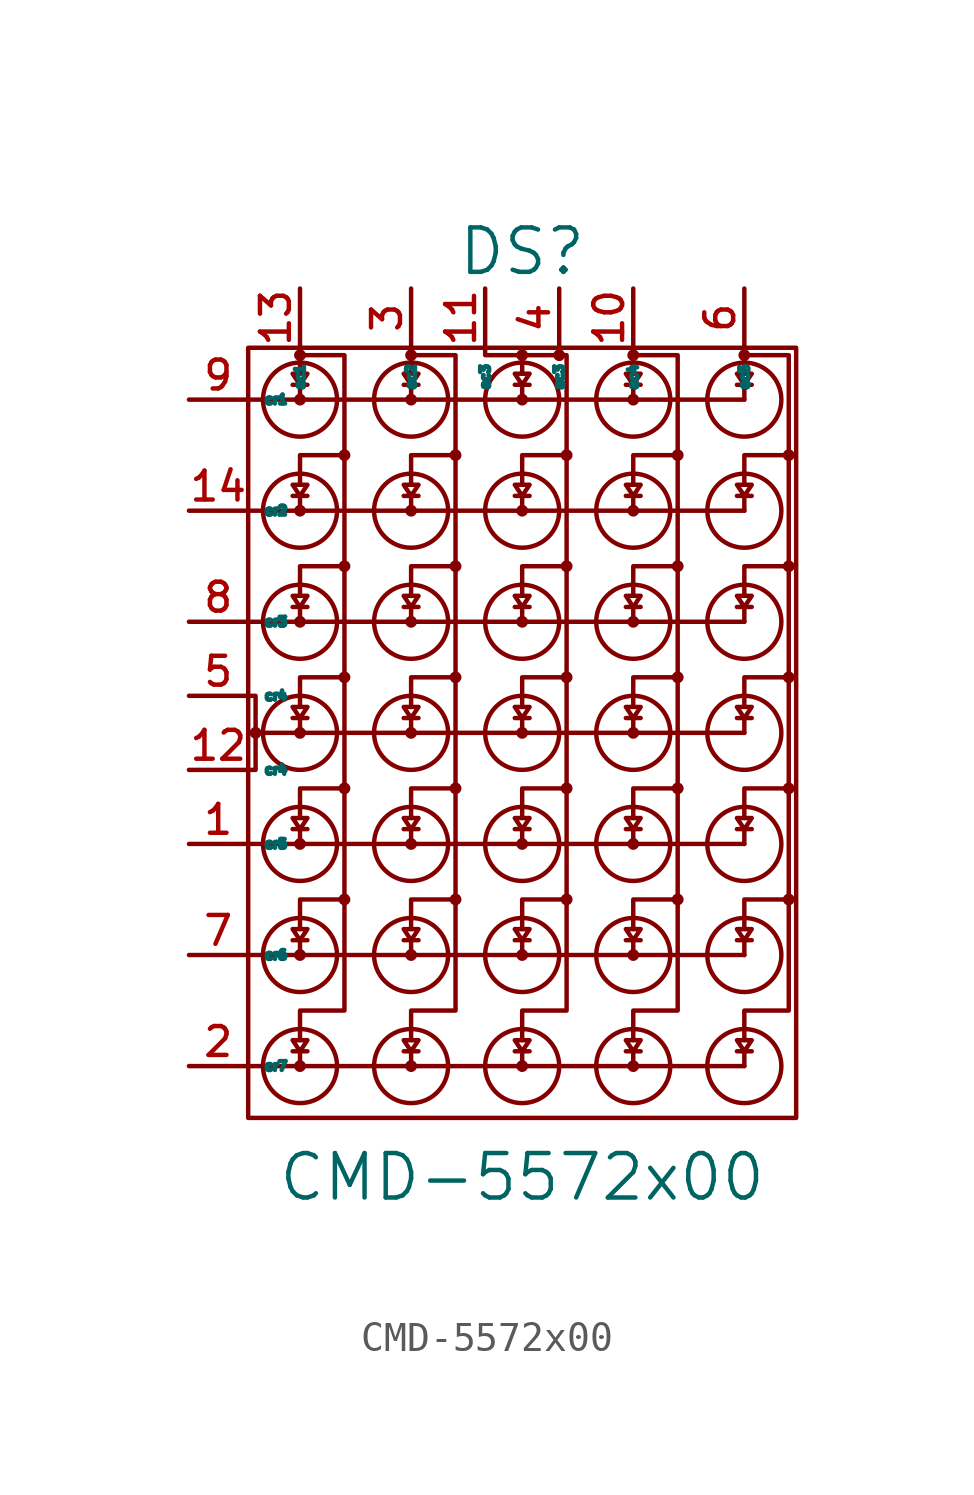
<source format=kicad_sym>
(kicad_symbol_lib
  (version 20220914)
  (generator kicad_symbol_editor)
  (symbol "CMD-5572x00"
    (property "Reference" "DS"
      (at 0 16.51 0)
      (effects (font (size 1.524 1.524))))
    (property "Value" "CMD-5572x00"
      (at 0 -15.24 0)
      (effects (font (size 1.524 1.524))))
    (property "Footprint" ""
      (at 0 0 0)
      (effects (font (size 1.524 1.524))))
    (property "Datasheet" ""
      (at 0 0 0)
      (effects (font (size 1.524 1.524))))
    (symbol "CMD-5572x00_0_1"
      (rectangle (start -9.398 -13.208) (end 9.398 13.208) (stroke (width 0) (type solid)) (fill (type none)))
      (circle (center -9.144 0) (radius 0.127) (stroke (width 0) (type solid)) (fill (type none)))
      (circle (center -7.62 -11.43) (radius 0.127) (stroke (width 0) (type solid)) (fill (type none)))
      (circle (center -7.62 -11.43) (radius 1.27) (stroke (width 0) (type solid)) (fill (type none)))
      (circle (center -7.62 -7.62) (radius 0.127) (stroke (width 0) (type solid)) (fill (type none)))
      (circle (center -7.62 -7.62) (radius 1.27) (stroke (width 0) (type solid)) (fill (type none)))
      (circle (center -7.62 -3.81) (radius 0.127) (stroke (width 0) (type solid)) (fill (type none)))
      (circle (center -7.62 -3.81) (radius 1.27) (stroke (width 0) (type solid)) (fill (type none)))
      (circle (center -7.62 0) (radius 0.127) (stroke (width 0) (type solid)) (fill (type none)))
      (circle (center -7.62 0) (radius 1.27) (stroke (width 0) (type solid)) (fill (type none)))
      (circle (center -7.62 3.81) (radius 0.127) (stroke (width 0) (type solid)) (fill (type none)))
      (circle (center -7.62 3.81) (radius 1.27) (stroke (width 0) (type solid)) (fill (type none)))
      (circle (center -7.62 7.62) (radius 0.127) (stroke (width 0) (type solid)) (fill (type none)))
      (circle (center -7.62 7.62) (radius 1.27) (stroke (width 0) (type solid)) (fill (type none)))
      (circle (center -7.62 11.43) (radius 0.127) (stroke (width 0) (type solid)) (fill (type none)))
      (circle (center -7.62 11.43) (radius 1.27) (stroke (width 0) (type solid)) (fill (type none)))
      (circle (center -7.62 12.954) (radius 0.127) (stroke (width 0) (type solid)) (fill (type none)))
      (circle (center -6.096 -5.715) (radius 0.127) (stroke (width 0) (type solid)) (fill (type none)))
      (circle (center -6.096 -1.905) (radius 0.127) (stroke (width 0) (type solid)) (fill (type none)))
      (circle (center -6.096 1.905) (radius 0.127) (stroke (width 0) (type solid)) (fill (type none)))
      (circle (center -6.096 5.715) (radius 0.127) (stroke (width 0) (type solid)) (fill (type none)))
      (circle (center -6.096 9.525) (radius 0.127) (stroke (width 0) (type solid)) (fill (type none)))
      (circle (center -3.81 -11.43) (radius 0.127) (stroke (width 0) (type solid)) (fill (type none)))
      (circle (center -3.81 -11.43) (radius 1.27) (stroke (width 0) (type solid)) (fill (type none)))
      (circle (center -3.81 -7.62) (radius 0.127) (stroke (width 0) (type solid)) (fill (type none)))
      (circle (center -3.81 -7.62) (radius 1.27) (stroke (width 0) (type solid)) (fill (type none)))
      (circle (center -3.81 -3.81) (radius 0.127) (stroke (width 0) (type solid)) (fill (type none)))
      (circle (center -3.81 -3.81) (radius 1.27) (stroke (width 0) (type solid)) (fill (type none)))
      (circle (center -3.81 0) (radius 0.127) (stroke (width 0) (type solid)) (fill (type none)))
      (circle (center -3.81 0) (radius 1.27) (stroke (width 0) (type solid)) (fill (type none)))
      (circle (center -3.81 3.81) (radius 0.127) (stroke (width 0) (type solid)) (fill (type none)))
      (circle (center -3.81 3.81) (radius 1.27) (stroke (width 0) (type solid)) (fill (type none)))
      (circle (center -3.81 7.62) (radius 0.127) (stroke (width 0) (type solid)) (fill (type none)))
      (circle (center -3.81 7.62) (radius 1.27) (stroke (width 0) (type solid)) (fill (type none)))
      (circle (center -3.81 11.43) (radius 0.127) (stroke (width 0) (type solid)) (fill (type none)))
      (circle (center -3.81 11.43) (radius 1.27) (stroke (width 0) (type solid)) (fill (type none)))
      (circle (center -3.81 12.954) (radius 0.127) (stroke (width 0) (type solid)) (fill (type none)))
      (circle (center -2.286 -5.715) (radius 0.127) (stroke (width 0) (type solid)) (fill (type none)))
      (circle (center -2.286 -1.905) (radius 0.127) (stroke (width 0) (type solid)) (fill (type none)))
      (circle (center -2.286 1.905) (radius 0.127) (stroke (width 0) (type solid)) (fill (type none)))
      (circle (center -2.286 5.715) (radius 0.127) (stroke (width 0) (type solid)) (fill (type none)))
      (circle (center -2.286 9.525) (radius 0.127) (stroke (width 0) (type solid)) (fill (type none)))
      (circle (center 0 -11.43) (radius 0.127) (stroke (width 0) (type solid)) (fill (type none)))
      (circle (center 0 -11.43) (radius 1.27) (stroke (width 0) (type solid)) (fill (type none)))
      (circle (center 0 -7.62) (radius 0.127) (stroke (width 0) (type solid)) (fill (type none)))
      (circle (center 0 -7.62) (radius 1.27) (stroke (width 0) (type solid)) (fill (type none)))
      (circle (center 0 -3.81) (radius 0.127) (stroke (width 0) (type solid)) (fill (type none)))
      (circle (center 0 -3.81) (radius 1.27) (stroke (width 0) (type solid)) (fill (type none)))
      (polyline (pts (xy -9.398 -11.43) (xy 7.62 -11.43)) (stroke (width 0) (type solid)) (fill (type none)))
      (polyline (pts (xy -9.398 -7.62) (xy 7.62 -7.62)) (stroke (width 0) (type solid)) (fill (type none)))
      (polyline (pts (xy -9.398 -3.81) (xy 7.62 -3.81)) (stroke (width 0) (type solid)) (fill (type none)))
      (polyline (pts (xy -9.398 3.81) (xy 7.62 3.81)) (stroke (width 0) (type solid)) (fill (type none)))
      (polyline (pts (xy -9.398 7.62) (xy 7.62 7.62)) (stroke (width 0) (type solid)) (fill (type none)))
      (polyline (pts (xy -9.398 11.43) (xy 7.62 11.43)) (stroke (width 0) (type solid)) (fill (type none)))
      (polyline (pts (xy -7.62 -10.922) (xy -7.62 -11.43)) (stroke (width 0) (type solid)) (fill (type none)))
      (polyline (pts (xy -7.62 -7.112) (xy -7.62 -7.62)) (stroke (width 0) (type solid)) (fill (type none)))
      (polyline (pts (xy -7.62 -3.302) (xy -7.62 -3.81)) (stroke (width 0) (type solid)) (fill (type none)))
      (polyline (pts (xy -7.62 0.508) (xy -7.62 0)) (stroke (width 0) (type solid)) (fill (type none)))
      (polyline (pts (xy -7.62 4.318) (xy -7.62 3.81)) (stroke (width 0) (type solid)) (fill (type none)))
      (polyline (pts (xy -7.62 8.128) (xy -7.62 7.62)) (stroke (width 0) (type solid)) (fill (type none)))
      (polyline (pts (xy -7.62 11.938) (xy -7.62 11.43)) (stroke (width 0) (type solid)) (fill (type none)))
      (polyline (pts (xy -7.62 12.954) (xy -7.62 12.319)) (stroke (width 0) (type solid)) (fill (type none)))
      (polyline (pts (xy -3.81 -10.922) (xy -3.81 -11.43)) (stroke (width 0) (type solid)) (fill (type none)))
      (polyline (pts (xy -3.81 -7.112) (xy -3.81 -7.62)) (stroke (width 0) (type solid)) (fill (type none)))
      (polyline (pts (xy -3.81 -3.302) (xy -3.81 -3.81)) (stroke (width 0) (type solid)) (fill (type none)))
      (polyline (pts (xy -3.81 0.508) (xy -3.81 0)) (stroke (width 0) (type solid)) (fill (type none)))
      (polyline (pts (xy -3.81 4.318) (xy -3.81 3.81)) (stroke (width 0) (type solid)) (fill (type none)))
      (polyline (pts (xy -3.81 8.128) (xy -3.81 7.62)) (stroke (width 0) (type solid)) (fill (type none)))
      (polyline (pts (xy -3.81 11.938) (xy -3.81 11.43)) (stroke (width 0) (type solid)) (fill (type none)))
      (polyline (pts (xy -3.81 12.954) (xy -3.81 12.319)) (stroke (width 0) (type solid)) (fill (type none)))
      (polyline (pts (xy 0 -10.922) (xy 0 -11.43)) (stroke (width 0) (type solid)) (fill (type none)))
      (polyline (pts (xy 0 -7.112) (xy 0 -7.62)) (stroke (width 0) (type solid)) (fill (type none)))
      (polyline (pts (xy 0 -3.302) (xy 0 -3.81)) (stroke (width 0) (type solid)) (fill (type none)))
      (polyline (pts (xy 0 0.508) (xy 0 0)) (stroke (width 0) (type solid)) (fill (type none)))
      (polyline (pts (xy 0 4.318) (xy 0 3.81)) (stroke (width 0) (type solid)) (fill (type none)))
      (polyline (pts (xy 0 8.128) (xy 0 7.62)) (stroke (width 0) (type solid)) (fill (type none)))
      (polyline (pts (xy 0 11.938) (xy 0 11.43)) (stroke (width 0) (type solid)) (fill (type none)))
      (polyline (pts (xy 0 12.954) (xy 0 12.319)) (stroke (width 0) (type solid)) (fill (type none)))
      (polyline (pts (xy 1.27 13.208) (xy 1.27 12.954)) (stroke (width 0) (type solid)) (fill (type none)))
      (polyline (pts (xy 3.81 -10.922) (xy 3.81 -11.43)) (stroke (width 0) (type solid)) (fill (type none)))
      (polyline (pts (xy 3.81 -7.112) (xy 3.81 -7.62)) (stroke (width 0) (type solid)) (fill (type none)))
      (polyline (pts (xy 3.81 -3.302) (xy 3.81 -3.81)) (stroke (width 0) (type solid)) (fill (type none)))
      (polyline (pts (xy 3.81 0.508) (xy 3.81 0)) (stroke (width 0) (type solid)) (fill (type none)))
      (polyline (pts (xy 3.81 4.318) (xy 3.81 3.81)) (stroke (width 0) (type solid)) (fill (type none)))
      (polyline (pts (xy 3.81 8.128) (xy 3.81 7.62)) (stroke (width 0) (type solid)) (fill (type none)))
      (polyline (pts (xy 3.81 11.938) (xy 3.81 11.43)) (stroke (width 0) (type solid)) (fill (type none)))
      (polyline (pts (xy 3.81 12.954) (xy 3.81 12.319)) (stroke (width 0) (type solid)) (fill (type none)))
      (polyline (pts (xy 7.62 -10.922) (xy 7.62 -11.43)) (stroke (width 0) (type solid)) (fill (type none)))
      (polyline (pts (xy 7.62 -7.112) (xy 7.62 -7.62)) (stroke (width 0) (type solid)) (fill (type none)))
      (polyline (pts (xy 7.62 -3.302) (xy 7.62 -3.81)) (stroke (width 0) (type solid)) (fill (type none)))
      (polyline (pts (xy 7.62 0.508) (xy 7.62 0)) (stroke (width 0) (type solid)) (fill (type none)))
      (polyline (pts (xy 7.62 4.318) (xy 7.62 3.81)) (stroke (width 0) (type solid)) (fill (type none)))
      (polyline (pts (xy 7.62 8.128) (xy 7.62 7.62)) (stroke (width 0) (type solid)) (fill (type none)))
      (polyline (pts (xy 7.62 11.938) (xy 7.62 11.43)) (stroke (width 0) (type solid)) (fill (type none)))
      (polyline (pts (xy 7.62 12.954) (xy 7.62 12.319)) (stroke (width 0) (type solid)) (fill (type none)))
      (polyline (pts (xy -9.144 0) (xy -9.144 -1.27) (xy -9.398 -1.27)) (stroke (width 0) (type solid)) (fill (type none)))
      (polyline (pts (xy -7.62 -6.731) (xy -7.62 -5.715) (xy -6.096 -5.715)) (stroke (width 0) (type solid)) (fill (type none)))
      (polyline (pts (xy -7.62 -2.921) (xy -7.62 -1.905) (xy -6.096 -1.905)) (stroke (width 0) (type solid)) (fill (type none)))
      (polyline (pts (xy -7.62 0.889) (xy -7.62 1.905) (xy -6.096 1.905)) (stroke (width 0) (type solid)) (fill (type none)))
      (polyline (pts (xy -7.62 4.699) (xy -7.62 5.715) (xy -6.096 5.715)) (stroke (width 0) (type solid)) (fill (type none)))
      (polyline (pts (xy -7.62 8.509) (xy -7.62 9.525) (xy -6.096 9.525)) (stroke (width 0) (type solid)) (fill (type none)))
      (polyline (pts (xy -3.81 -6.731) (xy -3.81 -5.715) (xy -2.286 -5.715)) (stroke (width 0) (type solid)) (fill (type none)))
      (polyline (pts (xy -3.81 -2.921) (xy -3.81 -1.905) (xy -2.286 -1.905)) (stroke (width 0) (type solid)) (fill (type none)))
      (polyline (pts (xy -3.81 0.889) (xy -3.81 1.905) (xy -2.286 1.905)) (stroke (width 0) (type solid)) (fill (type none)))
      (polyline (pts (xy -3.81 4.699) (xy -3.81 5.715) (xy -2.286 5.715)) (stroke (width 0) (type solid)) (fill (type none)))
      (polyline (pts (xy -3.81 8.509) (xy -3.81 9.525) (xy -2.286 9.525)) (stroke (width 0) (type solid)) (fill (type none)))
      (polyline (pts (xy 0 -6.731) (xy 0 -5.715) (xy 1.524 -5.715)) (stroke (width 0) (type solid)) (fill (type none)))
      (polyline (pts (xy 0 -2.921) (xy 0 -1.905) (xy 1.524 -1.905)) (stroke (width 0) (type solid)) (fill (type none)))
      (polyline (pts (xy 0 0.889) (xy 0 1.905) (xy 1.524 1.905)) (stroke (width 0) (type solid)) (fill (type none)))
      (polyline (pts (xy 0 4.699) (xy 0 5.715) (xy 1.524 5.715)) (stroke (width 0) (type solid)) (fill (type none)))
      (polyline (pts (xy 0 8.509) (xy 0 9.525) (xy 1.524 9.525)) (stroke (width 0) (type solid)) (fill (type none)))
      (polyline (pts (xy 1.27 12.954) (xy -1.27 12.954) (xy -1.27 13.208)) (stroke (width 0) (type solid)) (fill (type none)))
      (polyline (pts (xy 3.81 -6.731) (xy 3.81 -5.715) (xy 5.334 -5.715)) (stroke (width 0) (type solid)) (fill (type none)))
      (polyline (pts (xy 3.81 -2.921) (xy 3.81 -1.905) (xy 5.334 -1.905)) (stroke (width 0) (type solid)) (fill (type none)))
      (polyline (pts (xy 3.81 0.889) (xy 3.81 1.905) (xy 5.334 1.905)) (stroke (width 0) (type solid)) (fill (type none)))
      (polyline (pts (xy 3.81 4.699) (xy 3.81 5.715) (xy 5.334 5.715)) (stroke (width 0) (type solid)) (fill (type none)))
      (polyline (pts (xy 3.81 8.509) (xy 3.81 9.525) (xy 5.334 9.525)) (stroke (width 0) (type solid)) (fill (type none)))
      (polyline (pts (xy 7.62 -6.731) (xy 7.62 -5.715) (xy 9.144 -5.715)) (stroke (width 0) (type solid)) (fill (type none)))
      (polyline (pts (xy 7.62 -2.921) (xy 7.62 -1.905) (xy 9.144 -1.905)) (stroke (width 0) (type solid)) (fill (type none)))
      (polyline (pts (xy 7.62 0.889) (xy 7.62 1.905) (xy 9.144 1.905)) (stroke (width 0) (type solid)) (fill (type none)))
      (polyline (pts (xy 7.62 4.699) (xy 7.62 5.715) (xy 9.144 5.715)) (stroke (width 0) (type solid)) (fill (type none)))
      (polyline (pts (xy 7.62 8.509) (xy 7.62 9.525) (xy 9.144 9.525)) (stroke (width 0) (type solid)) (fill (type none)))
      (polyline (pts (xy 7.62 0) (xy -9.144 0) (xy -9.144 1.27) (xy -9.398 1.27)) (stroke (width 0) (type solid)) (fill (type none)))
      (polyline (pts (xy 1.27 12.954) (xy 1.524 12.954) (xy 1.524 -9.525) (xy 0 -9.525) (xy 0 -10.541)) (stroke (width 0) (type solid)) (fill (type none)))
      (polyline (pts (xy -7.874 -10.922) (xy -7.366 -10.922) (xy -7.62 -10.922) (xy -7.874 -10.541) (xy -7.366 -10.541) (xy -7.62 -10.922)) (stroke (width 0) (type solid)) (fill (type none)))
      (polyline (pts (xy -7.874 -7.112) (xy -7.366 -7.112) (xy -7.62 -7.112) (xy -7.874 -6.731) (xy -7.366 -6.731) (xy -7.62 -7.112)) (stroke (width 0) (type solid)) (fill (type none)))
      (polyline (pts (xy -7.874 -3.302) (xy -7.366 -3.302) (xy -7.62 -3.302) (xy -7.874 -2.921) (xy -7.366 -2.921) (xy -7.62 -3.302)) (stroke (width 0) (type solid)) (fill (type none)))
      (polyline (pts (xy -7.874 0.508) (xy -7.366 0.508) (xy -7.62 0.508) (xy -7.874 0.889) (xy -7.366 0.889) (xy -7.62 0.508)) (stroke (width 0) (type solid)) (fill (type none)))
      (polyline (pts (xy -7.874 4.318) (xy -7.366 4.318) (xy -7.62 4.318) (xy -7.874 4.699) (xy -7.366 4.699) (xy -7.62 4.318)) (stroke (width 0) (type solid)) (fill (type none)))
      (polyline (pts (xy -7.874 8.128) (xy -7.366 8.128) (xy -7.62 8.128) (xy -7.874 8.509) (xy -7.366 8.509) (xy -7.62 8.128)) (stroke (width 0) (type solid)) (fill (type none)))
      (polyline (pts (xy -7.874 11.938) (xy -7.366 11.938) (xy -7.62 11.938) (xy -7.874 12.319) (xy -7.366 12.319) (xy -7.62 11.938)) (stroke (width 0) (type solid)) (fill (type none)))
      (polyline (pts (xy -7.62 -10.541) (xy -7.62 -9.525) (xy -6.096 -9.525) (xy -6.096 12.954) (xy -7.62 12.954) (xy -7.62 13.208)) (stroke (width 0) (type solid)) (fill (type none)))
      (polyline (pts (xy -4.064 -10.922) (xy -3.556 -10.922) (xy -3.81 -10.922) (xy -4.064 -10.541) (xy -3.556 -10.541) (xy -3.81 -10.922)) (stroke (width 0) (type solid)) (fill (type none)))
      (polyline (pts (xy -4.064 -7.112) (xy -3.556 -7.112) (xy -3.81 -7.112) (xy -4.064 -6.731) (xy -3.556 -6.731) (xy -3.81 -7.112)) (stroke (width 0) (type solid)) (fill (type none)))
      (polyline (pts (xy -4.064 -3.302) (xy -3.556 -3.302) (xy -3.81 -3.302) (xy -4.064 -2.921) (xy -3.556 -2.921) (xy -3.81 -3.302)) (stroke (width 0) (type solid)) (fill (type none)))
      (polyline (pts (xy -4.064 0.508) (xy -3.556 0.508) (xy -3.81 0.508) (xy -4.064 0.889) (xy -3.556 0.889) (xy -3.81 0.508)) (stroke (width 0) (type solid)) (fill (type none)))
      (polyline (pts (xy -4.064 4.318) (xy -3.556 4.318) (xy -3.81 4.318) (xy -4.064 4.699) (xy -3.556 4.699) (xy -3.81 4.318)) (stroke (width 0) (type solid)) (fill (type none)))
      (polyline (pts (xy -4.064 8.128) (xy -3.556 8.128) (xy -3.81 8.128) (xy -4.064 8.509) (xy -3.556 8.509) (xy -3.81 8.128)) (stroke (width 0) (type solid)) (fill (type none)))
      (polyline (pts (xy -4.064 11.938) (xy -3.556 11.938) (xy -3.81 11.938) (xy -4.064 12.319) (xy -3.556 12.319) (xy -3.81 11.938)) (stroke (width 0) (type solid)) (fill (type none)))
      (polyline (pts (xy -3.81 -10.541) (xy -3.81 -9.525) (xy -2.286 -9.525) (xy -2.286 12.954) (xy -3.81 12.954) (xy -3.81 13.208)) (stroke (width 0) (type solid)) (fill (type none)))
      (polyline (pts (xy -0.254 -10.922) (xy 0.254 -10.922) (xy 0 -10.922) (xy -0.254 -10.541) (xy 0.254 -10.541) (xy 0 -10.922)) (stroke (width 0) (type solid)) (fill (type none)))
      (polyline (pts (xy -0.254 -7.112) (xy 0.254 -7.112) (xy 0 -7.112) (xy -0.254 -6.731) (xy 0.254 -6.731) (xy 0 -7.112)) (stroke (width 0) (type solid)) (fill (type none)))
      (polyline (pts (xy -0.254 -3.302) (xy 0.254 -3.302) (xy 0 -3.302) (xy -0.254 -2.921) (xy 0.254 -2.921) (xy 0 -3.302)) (stroke (width 0) (type solid)) (fill (type none)))
      (polyline (pts (xy -0.254 0.508) (xy 0.254 0.508) (xy 0 0.508) (xy -0.254 0.889) (xy 0.254 0.889) (xy 0 0.508)) (stroke (width 0) (type solid)) (fill (type none)))
      (polyline (pts (xy -0.254 4.318) (xy 0.254 4.318) (xy 0 4.318) (xy -0.254 4.699) (xy 0.254 4.699) (xy 0 4.318)) (stroke (width 0) (type solid)) (fill (type none)))
      (polyline (pts (xy -0.254 8.128) (xy 0.254 8.128) (xy 0 8.128) (xy -0.254 8.509) (xy 0.254 8.509) (xy 0 8.128)) (stroke (width 0) (type solid)) (fill (type none)))
      (polyline (pts (xy -0.254 11.938) (xy 0.254 11.938) (xy 0 11.938) (xy -0.254 12.319) (xy 0.254 12.319) (xy 0 11.938)) (stroke (width 0) (type solid)) (fill (type none)))
      (polyline (pts (xy 3.556 -10.922) (xy 4.064 -10.922) (xy 3.81 -10.922) (xy 3.556 -10.541) (xy 4.064 -10.541) (xy 3.81 -10.922)) (stroke (width 0) (type solid)) (fill (type none)))
      (polyline (pts (xy 3.556 -7.112) (xy 4.064 -7.112) (xy 3.81 -7.112) (xy 3.556 -6.731) (xy 4.064 -6.731) (xy 3.81 -7.112)) (stroke (width 0) (type solid)) (fill (type none)))
      (polyline (pts (xy 3.556 -3.302) (xy 4.064 -3.302) (xy 3.81 -3.302) (xy 3.556 -2.921) (xy 4.064 -2.921) (xy 3.81 -3.302)) (stroke (width 0) (type solid)) (fill (type none)))
      (polyline (pts (xy 3.556 0.508) (xy 4.064 0.508) (xy 3.81 0.508) (xy 3.556 0.889) (xy 4.064 0.889) (xy 3.81 0.508)) (stroke (width 0) (type solid)) (fill (type none)))
      (polyline (pts (xy 3.556 4.318) (xy 4.064 4.318) (xy 3.81 4.318) (xy 3.556 4.699) (xy 4.064 4.699) (xy 3.81 4.318)) (stroke (width 0) (type solid)) (fill (type none)))
      (polyline (pts (xy 3.556 8.128) (xy 4.064 8.128) (xy 3.81 8.128) (xy 3.556 8.509) (xy 4.064 8.509) (xy 3.81 8.128)) (stroke (width 0) (type solid)) (fill (type none)))
      (polyline (pts (xy 3.556 11.938) (xy 4.064 11.938) (xy 3.81 11.938) (xy 3.556 12.319) (xy 4.064 12.319) (xy 3.81 11.938)) (stroke (width 0) (type solid)) (fill (type none)))
      (polyline (pts (xy 3.81 -10.541) (xy 3.81 -9.525) (xy 5.334 -9.525) (xy 5.334 12.954) (xy 3.81 12.954) (xy 3.81 13.208)) (stroke (width 0) (type solid)) (fill (type none)))
      (polyline (pts (xy 7.366 -10.922) (xy 7.874 -10.922) (xy 7.62 -10.922) (xy 7.366 -10.541) (xy 7.874 -10.541) (xy 7.62 -10.922)) (stroke (width 0) (type solid)) (fill (type none)))
      (polyline (pts (xy 7.366 -7.112) (xy 7.874 -7.112) (xy 7.62 -7.112) (xy 7.366 -6.731) (xy 7.874 -6.731) (xy 7.62 -7.112)) (stroke (width 0) (type solid)) (fill (type none)))
      (polyline (pts (xy 7.366 -3.302) (xy 7.874 -3.302) (xy 7.62 -3.302) (xy 7.366 -2.921) (xy 7.874 -2.921) (xy 7.62 -3.302)) (stroke (width 0) (type solid)) (fill (type none)))
      (polyline (pts (xy 7.366 0.508) (xy 7.874 0.508) (xy 7.62 0.508) (xy 7.366 0.889) (xy 7.874 0.889) (xy 7.62 0.508)) (stroke (width 0) (type solid)) (fill (type none)))
      (polyline (pts (xy 7.366 4.318) (xy 7.874 4.318) (xy 7.62 4.318) (xy 7.366 4.699) (xy 7.874 4.699) (xy 7.62 4.318)) (stroke (width 0) (type solid)) (fill (type none)))
      (polyline (pts (xy 7.366 8.128) (xy 7.874 8.128) (xy 7.62 8.128) (xy 7.366 8.509) (xy 7.874 8.509) (xy 7.62 8.128)) (stroke (width 0) (type solid)) (fill (type none)))
      (polyline (pts (xy 7.366 11.938) (xy 7.874 11.938) (xy 7.62 11.938) (xy 7.366 12.319) (xy 7.874 12.319) (xy 7.62 11.938)) (stroke (width 0) (type solid)) (fill (type none)))
      (polyline (pts (xy 7.62 -10.541) (xy 7.62 -9.525) (xy 9.144 -9.525) (xy 9.144 12.954) (xy 7.62 12.954) (xy 7.62 13.208)) (stroke (width 0) (type solid)) (fill (type none)))
      (circle (center 0 0) (radius 0.127) (stroke (width 0) (type solid)) (fill (type none)))
      (circle (center 0 0) (radius 1.27) (stroke (width 0) (type solid)) (fill (type none)))
      (circle (center 0 3.81) (radius 0.127) (stroke (width 0) (type solid)) (fill (type none)))
      (circle (center 0 3.81) (radius 1.27) (stroke (width 0) (type solid)) (fill (type none)))
      (circle (center 0 7.62) (radius 0.127) (stroke (width 0) (type solid)) (fill (type none)))
      (circle (center 0 7.62) (radius 1.27) (stroke (width 0) (type solid)) (fill (type none)))
      (circle (center 0 11.43) (radius 0.127) (stroke (width 0) (type solid)) (fill (type none)))
      (circle (center 0 11.43) (radius 1.27) (stroke (width 0) (type solid)) (fill (type none)))
      (circle (center 0 12.954) (radius 0.127) (stroke (width 0) (type solid)) (fill (type none)))
      (circle (center 1.27 12.954) (radius 0.127) (stroke (width 0) (type solid)) (fill (type none)))
      (circle (center 1.524 -5.715) (radius 0.127) (stroke (width 0) (type solid)) (fill (type none)))
      (circle (center 1.524 -1.905) (radius 0.127) (stroke (width 0) (type solid)) (fill (type none)))
      (circle (center 1.524 1.905) (radius 0.127) (stroke (width 0) (type solid)) (fill (type none)))
      (circle (center 1.524 5.715) (radius 0.127) (stroke (width 0) (type solid)) (fill (type none)))
      (circle (center 1.524 9.525) (radius 0.127) (stroke (width 0) (type solid)) (fill (type none)))
      (circle (center 3.81 -11.43) (radius 0.127) (stroke (width 0) (type solid)) (fill (type none)))
      (circle (center 3.81 -11.43) (radius 1.27) (stroke (width 0) (type solid)) (fill (type none)))
      (circle (center 3.81 -7.62) (radius 0.127) (stroke (width 0) (type solid)) (fill (type none)))
      (circle (center 3.81 -7.62) (radius 1.27) (stroke (width 0) (type solid)) (fill (type none)))
      (circle (center 3.81 -3.81) (radius 0.127) (stroke (width 0) (type solid)) (fill (type none)))
      (circle (center 3.81 -3.81) (radius 1.27) (stroke (width 0) (type solid)) (fill (type none)))
      (circle (center 3.81 0) (radius 0.127) (stroke (width 0) (type solid)) (fill (type none)))
      (circle (center 3.81 0) (radius 1.27) (stroke (width 0) (type solid)) (fill (type none)))
      (circle (center 3.81 3.81) (radius 0.127) (stroke (width 0) (type solid)) (fill (type none)))
      (circle (center 3.81 3.81) (radius 1.27) (stroke (width 0) (type solid)) (fill (type none)))
      (circle (center 3.81 7.62) (radius 0.127) (stroke (width 0) (type solid)) (fill (type none)))
      (circle (center 3.81 7.62) (radius 1.27) (stroke (width 0) (type solid)) (fill (type none)))
      (circle (center 3.81 11.43) (radius 0.127) (stroke (width 0) (type solid)) (fill (type none)))
      (circle (center 3.81 11.43) (radius 1.27) (stroke (width 0) (type solid)) (fill (type none)))
      (circle (center 3.81 12.954) (radius 0.127) (stroke (width 0) (type solid)) (fill (type none)))
      (circle (center 5.334 -5.715) (radius 0.127) (stroke (width 0) (type solid)) (fill (type none)))
      (circle (center 5.334 -1.905) (radius 0.127) (stroke (width 0) (type solid)) (fill (type none)))
      (circle (center 5.334 1.905) (radius 0.127) (stroke (width 0) (type solid)) (fill (type none)))
      (circle (center 5.334 5.715) (radius 0.127) (stroke (width 0) (type solid)) (fill (type none)))
      (circle (center 5.334 9.525) (radius 0.127) (stroke (width 0) (type solid)) (fill (type none)))
      (circle (center 7.62 -11.43) (radius 1.27) (stroke (width 0) (type solid)) (fill (type none)))
      (circle (center 7.62 -7.62) (radius 1.27) (stroke (width 0) (type solid)) (fill (type none)))
      (circle (center 7.62 -3.81) (radius 1.27) (stroke (width 0) (type solid)) (fill (type none)))
      (circle (center 7.62 0) (radius 1.27) (stroke (width 0) (type solid)) (fill (type none)))
      (circle (center 7.62 3.81) (radius 1.27) (stroke (width 0) (type solid)) (fill (type none)))
      (circle (center 7.62 7.62) (radius 1.27) (stroke (width 0) (type solid)) (fill (type none)))
      (circle (center 7.62 11.43) (radius 1.27) (stroke (width 0) (type solid)) (fill (type none)))
      (circle (center 7.62 12.954) (radius 0.127) (stroke (width 0) (type solid)) (fill (type none)))
      (circle (center 9.144 -5.715) (radius 0.127) (stroke (width 0) (type solid)) (fill (type none)))
      (circle (center 9.144 -1.905) (radius 0.127) (stroke (width 0) (type solid)) (fill (type none)))
      (circle (center 9.144 1.905) (radius 0.127) (stroke (width 0) (type solid)) (fill (type none)))
      (circle (center 9.144 5.715) (radius 0.127) (stroke (width 0) (type solid)) (fill (type none)))
      (circle (center 9.144 9.525) (radius 0.127) (stroke (width 0) (type solid)) (fill (type none))))
    (symbol "CMD-5572x00_1_1"
      (pin input line (at -11.43 -3.81 0) (length 2.007) (name "cr5" (effects (font (size 0.305 0.305)))) (number "1" (effects (font (size 0.991 0.991)))))
      (pin input line (at 3.81 15.24 270) (length 2.007) (name "ac4" (effects (font (size 0.305 0.305)))) (number "10" (effects (font (size 0.991 0.991)))))
      (pin input line (at -1.27 15.24 270) (length 2.007) (name "ac3" (effects (font (size 0.305 0.305)))) (number "11" (effects (font (size 0.991 0.991)))))
      (pin input line (at -11.43 -1.27 0) (length 2.007) (name "cr4" (effects (font (size 0.305 0.305)))) (number "12" (effects (font (size 0.991 0.991)))))
      (pin input line (at -7.62 15.24 270) (length 2.007) (name "ac1" (effects (font (size 0.305 0.305)))) (number "13" (effects (font (size 0.991 0.991)))))
      (pin input line (at -11.43 7.62 0) (length 2.007) (name "cr2" (effects (font (size 0.305 0.305)))) (number "14" (effects (font (size 0.991 0.991)))))
      (pin input line (at -11.43 -11.43 0) (length 2.007) (name "cr7" (effects (font (size 0.305 0.305)))) (number "2" (effects (font (size 0.991 0.991)))))
      (pin input line (at -3.81 15.24 270) (length 2.007) (name "ac2" (effects (font (size 0.305 0.305)))) (number "3" (effects (font (size 0.991 0.991)))))
      (pin input line (at 1.27 15.24 270) (length 2.007) (name "ac3" (effects (font (size 0.305 0.305)))) (number "4" (effects (font (size 0.991 0.991)))))
      (pin input line (at -11.43 1.27 0) (length 2.007) (name "cr4" (effects (font (size 0.305 0.305)))) (number "5" (effects (font (size 0.991 0.991)))))
      (pin input line (at 7.62 15.24 270) (length 2.007) (name "ac5" (effects (font (size 0.305 0.305)))) (number "6" (effects (font (size 0.991 0.991)))))
      (pin input line (at -11.43 -7.62 0) (length 2.007) (name "cr6" (effects (font (size 0.305 0.305)))) (number "7" (effects (font (size 0.991 0.991)))))
      (pin input line (at -11.43 3.81 0) (length 2.007) (name "cr3" (effects (font (size 0.305 0.305)))) (number "8" (effects (font (size 0.991 0.991)))))
      (pin input line (at -11.43 11.43 0) (length 2.007) (name "cr1" (effects (font (size 0.305 0.305)))) (number "9" (effects (font (size 0.991 0.991))))))))
</source>
